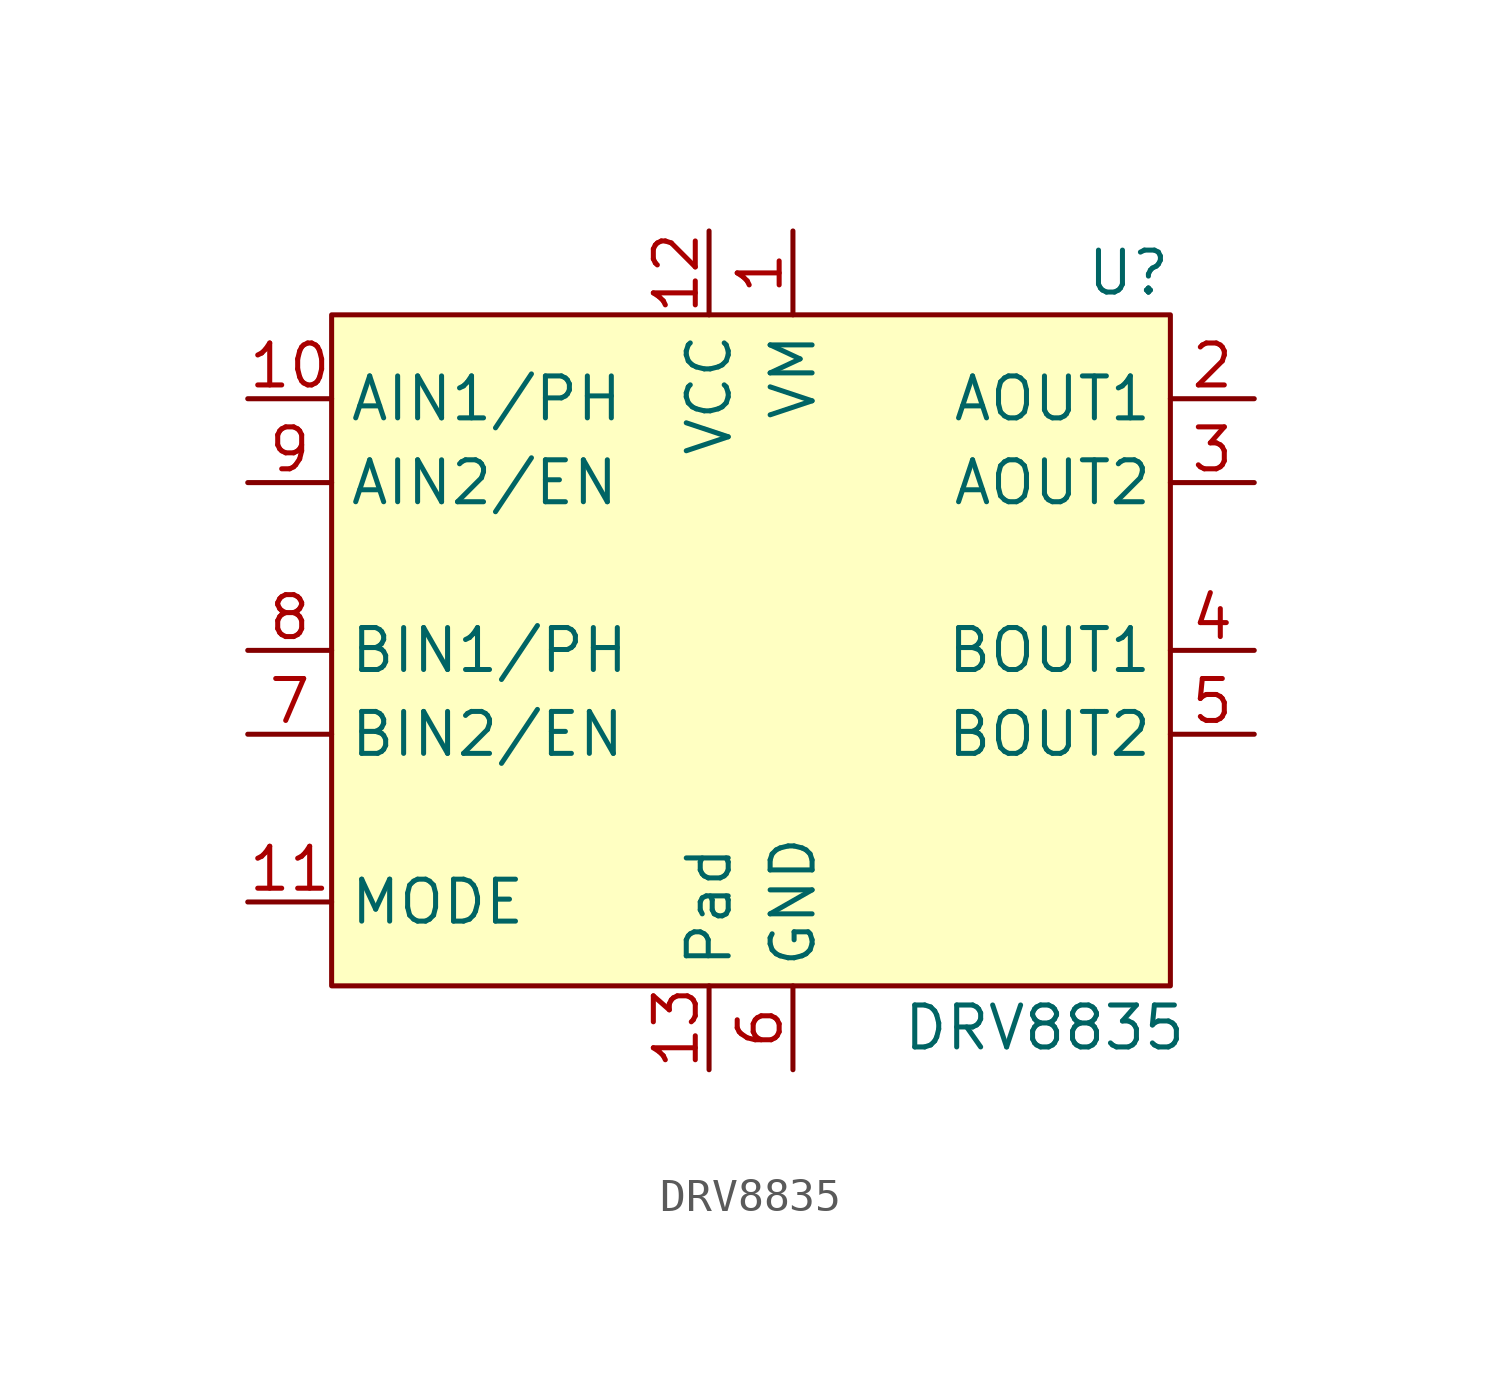
<source format=kicad_sym>
(kicad_symbol_lib
  (version 20211014)
  (generator kicad_symbol_editor)
  (symbol "DRV8835"
    (property "Reference" "U"
      (at 11.43 11.43 0)
      (effects (font (size 1.27 1.27))))
    (property "Value" "DRV8835"
      (at 8.89 -11.43 0)
      (effects (font (size 1.27 1.27))))
    (symbol "DRV8835_0_1"
      (rectangle (start -12.7 10.16) (end 12.7 -10.16) (stroke (width 0) (type default) (color 0 0 0 0)) (fill (type background))))
    (symbol "DRV8835_1_1"
      (pin power_in line (at 1.27 12.7 270) (length 2.54) (name "VM" (effects (font (size 1.27 1.27)))) (number "1" (effects (font (size 1.27 1.27)))))
      (pin input line (at -15.24 7.62 0) (length 2.54) (name "AIN1/PH" (effects (font (size 1.27 1.27)))) (number "10" (effects (font (size 1.27 1.27)))))
      (pin input line (at -15.24 -7.62 0) (length 2.54) (name "MODE" (effects (font (size 1.27 1.27)))) (number "11" (effects (font (size 1.27 1.27)))))
      (pin power_in line (at -1.27 12.7 270) (length 2.54) (name "VCC" (effects (font (size 1.27 1.27)))) (number "12" (effects (font (size 1.27 1.27)))))
      (pin passive line (at -1.27 -12.7 90) (length 2.54) (name "Pad" (effects (font (size 1.27 1.27)))) (number "13" (effects (font (size 1.27 1.27)))))
      (pin power_out line (at 15.24 7.62 180) (length 2.54) (name "AOUT1" (effects (font (size 1.27 1.27)))) (number "2" (effects (font (size 1.27 1.27)))))
      (pin power_out line (at 15.24 5.08 180) (length 2.54) (name "AOUT2" (effects (font (size 1.27 1.27)))) (number "3" (effects (font (size 1.27 1.27)))))
      (pin power_out line (at 15.24 0 180) (length 2.54) (name "BOUT1" (effects (font (size 1.27 1.27)))) (number "4" (effects (font (size 1.27 1.27)))))
      (pin power_out line (at 15.24 -2.54 180) (length 2.54) (name "BOUT2" (effects (font (size 1.27 1.27)))) (number "5" (effects (font (size 1.27 1.27)))))
      (pin passive line (at 1.27 -12.7 90) (length 2.54) (name "GND" (effects (font (size 1.27 1.27)))) (number "6" (effects (font (size 1.27 1.27)))))
      (pin input line (at -15.24 -2.54 0) (length 2.54) (name "BIN2/EN" (effects (font (size 1.27 1.27)))) (number "7" (effects (font (size 1.27 1.27)))))
      (pin input line (at -15.24 0 0) (length 2.54) (name "BIN1/PH" (effects (font (size 1.27 1.27)))) (number "8" (effects (font (size 1.27 1.27)))))
      (pin input line (at -15.24 5.08 0) (length 2.54) (name "AIN2/EN" (effects (font (size 1.27 1.27)))) (number "9" (effects (font (size 1.27 1.27))))))))
</source>
